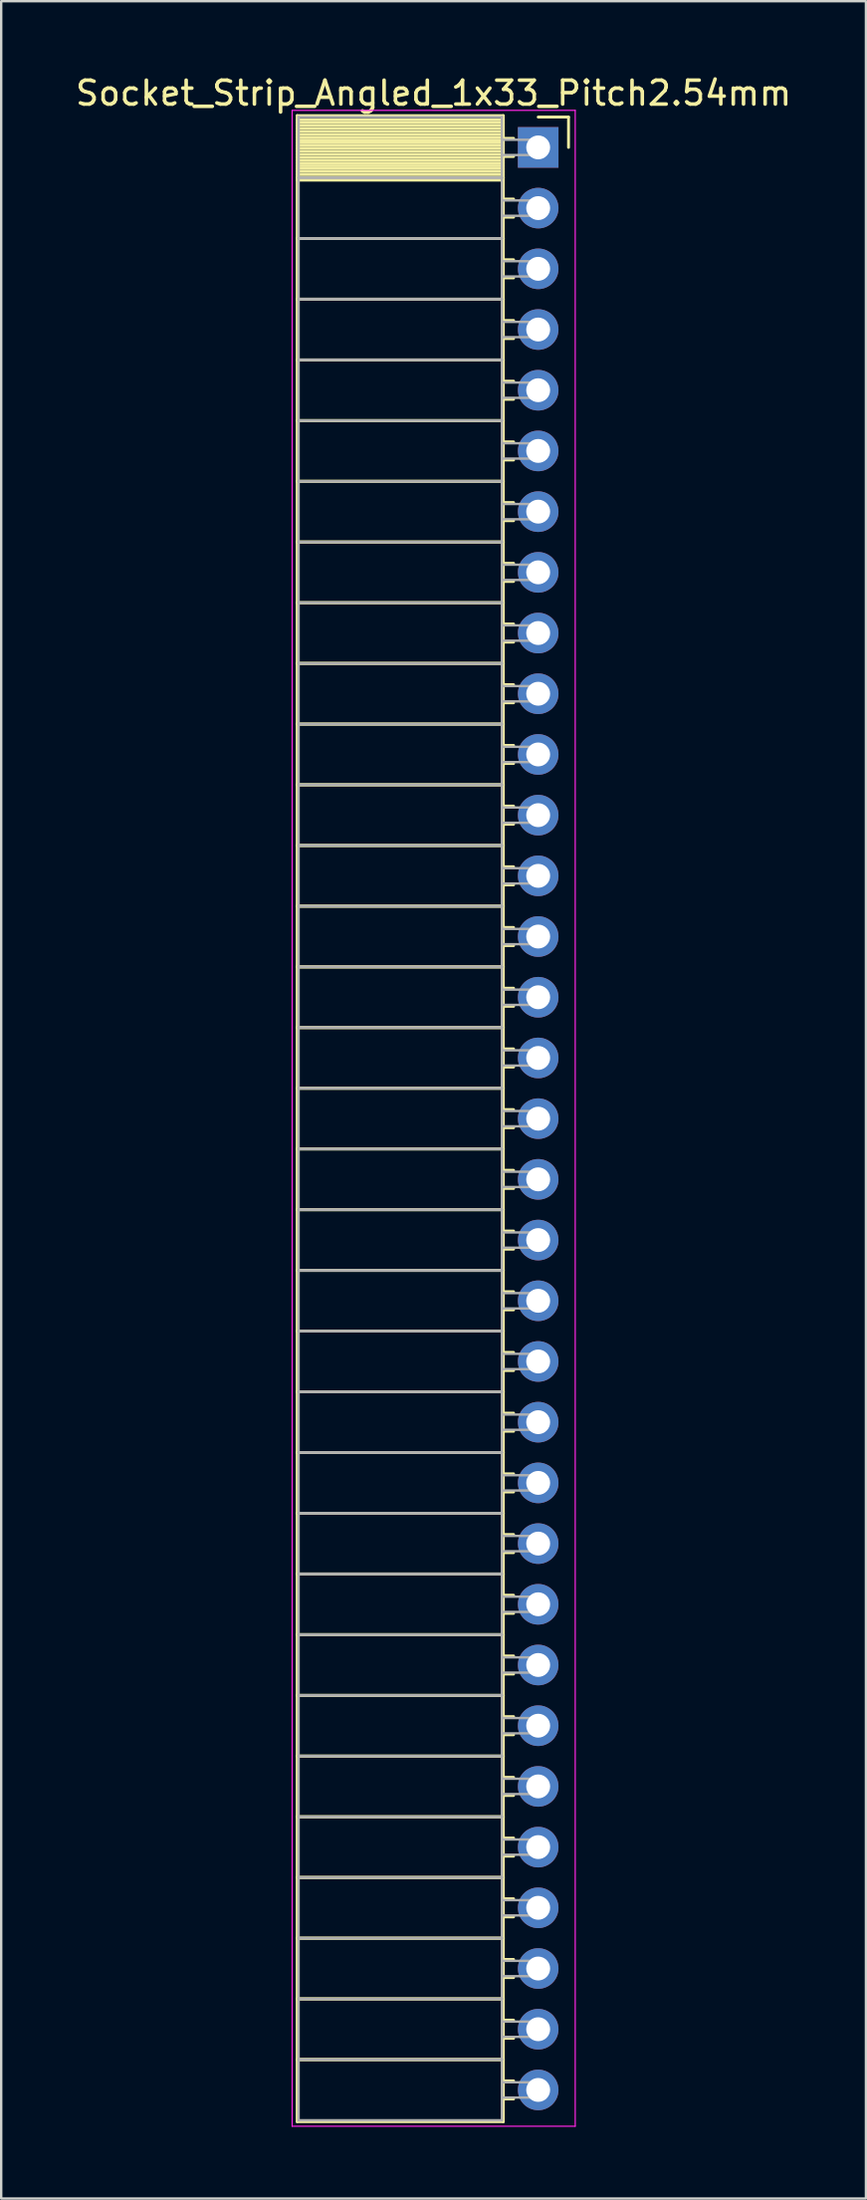
<source format=kicad_pcb>
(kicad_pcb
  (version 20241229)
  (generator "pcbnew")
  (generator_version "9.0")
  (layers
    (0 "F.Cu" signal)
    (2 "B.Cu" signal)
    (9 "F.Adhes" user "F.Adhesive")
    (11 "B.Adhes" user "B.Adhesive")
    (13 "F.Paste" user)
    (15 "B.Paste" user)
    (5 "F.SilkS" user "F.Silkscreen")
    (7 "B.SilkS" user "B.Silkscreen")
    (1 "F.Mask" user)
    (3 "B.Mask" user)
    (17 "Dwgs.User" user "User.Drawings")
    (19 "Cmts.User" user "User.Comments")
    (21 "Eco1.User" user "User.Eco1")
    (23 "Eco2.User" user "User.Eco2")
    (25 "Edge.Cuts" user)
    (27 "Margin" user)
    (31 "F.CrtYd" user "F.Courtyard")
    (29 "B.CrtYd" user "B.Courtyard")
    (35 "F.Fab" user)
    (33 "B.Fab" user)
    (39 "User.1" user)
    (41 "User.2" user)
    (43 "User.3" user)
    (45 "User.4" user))
  (footprint "Socket_Strip_Angled_1x33_Pitch2.54mm"
    (layer "F.Cu")
    (at 19.481 3.118)
    (property "Reference" "Socket_Strip_Angled_1x33_Pitch2.54mm" (at -4.38 -2.27 0) (layer "F.SilkS") (effects (font (size 1 1) (thickness 0.15))))
    (attr through_hole)
    (fp_line (start -10.09 -1.33) (end -1.46 -1.33) (stroke (width 0.12) (type solid)) (layer "F.SilkS"))
    (fp_line (start -10.09 1.27) (end -10.09 -1.33) (stroke (width 0.12) (type solid)) (layer "F.SilkS"))
    (fp_line (start -10.09 1.27) (end -1.46 1.27) (stroke (width 0.12) (type solid)) (layer "F.SilkS"))
    (fp_line (start -10.09 3.81) (end -10.09 1.27) (stroke (width 0.12) (type solid)) (layer "F.SilkS"))
    (fp_line (start -10.09 3.81) (end -1.46 3.81) (stroke (width 0.12) (type solid)) (layer "F.SilkS"))
    (fp_line (start -10.09 6.35) (end -10.09 3.81) (stroke (width 0.12) (type solid)) (layer "F.SilkS"))
    (fp_line (start -10.09 6.35) (end -1.46 6.35) (stroke (width 0.12) (type solid)) (layer "F.SilkS"))
    (fp_line (start -10.09 8.89) (end -10.09 6.35) (stroke (width 0.12) (type solid)) (layer "F.SilkS"))
    (fp_line (start -10.09 8.89) (end -1.46 8.89) (stroke (width 0.12) (type solid)) (layer "F.SilkS"))
    (fp_line (start -10.09 11.43) (end -10.09 8.89) (stroke (width 0.12) (type solid)) (layer "F.SilkS"))
    (fp_line (start -10.09 11.43) (end -1.46 11.43) (stroke (width 0.12) (type solid)) (layer "F.SilkS"))
    (fp_line (start -10.09 13.97) (end -10.09 11.43) (stroke (width 0.12) (type solid)) (layer "F.SilkS"))
    (fp_line (start -10.09 13.97) (end -1.46 13.97) (stroke (width 0.12) (type solid)) (layer "F.SilkS"))
    (fp_line (start -10.09 16.51) (end -10.09 13.97) (stroke (width 0.12) (type solid)) (layer "F.SilkS"))
    (fp_line (start -10.09 16.51) (end -1.46 16.51) (stroke (width 0.12) (type solid)) (layer "F.SilkS"))
    (fp_line (start -10.09 19.05) (end -10.09 16.51) (stroke (width 0.12) (type solid)) (layer "F.SilkS"))
    (fp_line (start -10.09 19.05) (end -1.46 19.05) (stroke (width 0.12) (type solid)) (layer "F.SilkS"))
    (fp_line (start -10.09 21.59) (end -10.09 19.05) (stroke (width 0.12) (type solid)) (layer "F.SilkS"))
    (fp_line (start -10.09 21.59) (end -1.46 21.59) (stroke (width 0.12) (type solid)) (layer "F.SilkS"))
    (fp_line (start -10.09 24.13) (end -10.09 21.59) (stroke (width 0.12) (type solid)) (layer "F.SilkS"))
    (fp_line (start -10.09 24.13) (end -1.46 24.13) (stroke (width 0.12) (type solid)) (layer "F.SilkS"))
    (fp_line (start -10.09 26.67) (end -10.09 24.13) (stroke (width 0.12) (type solid)) (layer "F.SilkS"))
    (fp_line (start -10.09 26.67) (end -1.46 26.67) (stroke (width 0.12) (type solid)) (layer "F.SilkS"))
    (fp_line (start -10.09 29.21) (end -10.09 26.67) (stroke (width 0.12) (type solid)) (layer "F.SilkS"))
    (fp_line (start -10.09 29.21) (end -1.46 29.21) (stroke (width 0.12) (type solid)) (layer "F.SilkS"))
    (fp_line (start -10.09 31.75) (end -10.09 29.21) (stroke (width 0.12) (type solid)) (layer "F.SilkS"))
    (fp_line (start -10.09 31.75) (end -1.46 31.75) (stroke (width 0.12) (type solid)) (layer "F.SilkS"))
    (fp_line (start -10.09 34.29) (end -10.09 31.75) (stroke (width 0.12) (type solid)) (layer "F.SilkS"))
    (fp_line (start -10.09 34.29) (end -1.46 34.29) (stroke (width 0.12) (type solid)) (layer "F.SilkS"))
    (fp_line (start -10.09 36.83) (end -10.09 34.29) (stroke (width 0.12) (type solid)) (layer "F.SilkS"))
    (fp_line (start -10.09 36.83) (end -1.46 36.83) (stroke (width 0.12) (type solid)) (layer "F.SilkS"))
    (fp_line (start -10.09 39.37) (end -10.09 36.83) (stroke (width 0.12) (type solid)) (layer "F.SilkS"))
    (fp_line (start -10.09 39.37) (end -1.46 39.37) (stroke (width 0.12) (type solid)) (layer "F.SilkS"))
    (fp_line (start -10.09 41.91) (end -10.09 39.37) (stroke (width 0.12) (type solid)) (layer "F.SilkS"))
    (fp_line (start -10.09 41.91) (end -1.46 41.91) (stroke (width 0.12) (type solid)) (layer "F.SilkS"))
    (fp_line (start -10.09 44.45) (end -10.09 41.91) (stroke (width 0.12) (type solid)) (layer "F.SilkS"))
    (fp_line (start -10.09 44.45) (end -1.46 44.45) (stroke (width 0.12) (type solid)) (layer "F.SilkS"))
    (fp_line (start -10.09 46.99) (end -10.09 44.45) (stroke (width 0.12) (type solid)) (layer "F.SilkS"))
    (fp_line (start -10.09 46.99) (end -1.46 46.99) (stroke (width 0.12) (type solid)) (layer "F.SilkS"))
    (fp_line (start -10.09 49.53) (end -10.09 46.99) (stroke (width 0.12) (type solid)) (layer "F.SilkS"))
    (fp_line (start -10.09 49.53) (end -1.46 49.53) (stroke (width 0.12) (type solid)) (layer "F.SilkS"))
    (fp_line (start -10.09 52.07) (end -10.09 49.53) (stroke (width 0.12) (type solid)) (layer "F.SilkS"))
    (fp_line (start -10.09 52.07) (end -1.46 52.07) (stroke (width 0.12) (type solid)) (layer "F.SilkS"))
    (fp_line (start -10.09 54.61) (end -10.09 52.07) (stroke (width 0.12) (type solid)) (layer "F.SilkS"))
    (fp_line (start -10.09 54.61) (end -1.46 54.61) (stroke (width 0.12) (type solid)) (layer "F.SilkS"))
    (fp_line (start -10.09 57.15) (end -10.09 54.61) (stroke (width 0.12) (type solid)) (layer "F.SilkS"))
    (fp_line (start -10.09 57.15) (end -1.46 57.15) (stroke (width 0.12) (type solid)) (layer "F.SilkS"))
    (fp_line (start -10.09 59.69) (end -10.09 57.15) (stroke (width 0.12) (type solid)) (layer "F.SilkS"))
    (fp_line (start -10.09 59.69) (end -1.46 59.69) (stroke (width 0.12) (type solid)) (layer "F.SilkS"))
    (fp_line (start -10.09 62.23) (end -10.09 59.69) (stroke (width 0.12) (type solid)) (layer "F.SilkS"))
    (fp_line (start -10.09 62.23) (end -1.46 62.23) (stroke (width 0.12) (type solid)) (layer "F.SilkS"))
    (fp_line (start -10.09 64.77) (end -10.09 62.23) (stroke (width 0.12) (type solid)) (layer "F.SilkS"))
    (fp_line (start -10.09 64.77) (end -1.46 64.77) (stroke (width 0.12) (type solid)) (layer "F.SilkS"))
    (fp_line (start -10.09 67.31) (end -10.09 64.77) (stroke (width 0.12) (type solid)) (layer "F.SilkS"))
    (fp_line (start -10.09 67.31) (end -1.46 67.31) (stroke (width 0.12) (type solid)) (layer "F.SilkS"))
    (fp_line (start -10.09 69.85) (end -10.09 67.31) (stroke (width 0.12) (type solid)) (layer "F.SilkS"))
    (fp_line (start -10.09 69.85) (end -1.46 69.85) (stroke (width 0.12) (type solid)) (layer "F.SilkS"))
    (fp_line (start -10.09 72.39) (end -10.09 69.85) (stroke (width 0.12) (type solid)) (layer "F.SilkS"))
    (fp_line (start -10.09 72.39) (end -1.46 72.39) (stroke (width 0.12) (type solid)) (layer "F.SilkS"))
    (fp_line (start -10.09 74.93) (end -10.09 72.39) (stroke (width 0.12) (type solid)) (layer "F.SilkS"))
    (fp_line (start -10.09 74.93) (end -1.46 74.93) (stroke (width 0.12) (type solid)) (layer "F.SilkS"))
    (fp_line (start -10.09 77.47) (end -10.09 74.93) (stroke (width 0.12) (type solid)) (layer "F.SilkS"))
    (fp_line (start -10.09 77.47) (end -1.46 77.47) (stroke (width 0.12) (type solid)) (layer "F.SilkS"))
    (fp_line (start -10.09 80.01) (end -10.09 77.47) (stroke (width 0.12) (type solid)) (layer "F.SilkS"))
    (fp_line (start -10.09 80.01) (end -1.46 80.01) (stroke (width 0.12) (type solid)) (layer "F.SilkS"))
    (fp_line (start -10.09 82.61) (end -10.09 80.01) (stroke (width 0.12) (type solid)) (layer "F.SilkS"))
    (fp_line (start -1.46 -1.33) (end -1.46 1.27) (stroke (width 0.12) (type solid)) (layer "F.SilkS"))
    (fp_line (start -1.46 -1.15) (end -10.09 -1.15) (stroke (width 0.12) (type solid)) (layer "F.SilkS"))
    (fp_line (start -1.46 -1.03) (end -10.09 -1.03) (stroke (width 0.12) (type solid)) (layer "F.SilkS"))
    (fp_line (start -1.46 -0.91) (end -10.09 -0.91) (stroke (width 0.12) (type solid)) (layer "F.SilkS"))
    (fp_line (start -1.46 -0.79) (end -10.09 -0.79) (stroke (width 0.12) (type solid)) (layer "F.SilkS"))
    (fp_line (start -1.46 -0.67) (end -10.09 -0.67) (stroke (width 0.12) (type solid)) (layer "F.SilkS"))
    (fp_line (start -1.46 -0.55) (end -10.09 -0.55) (stroke (width 0.12) (type solid)) (layer "F.SilkS"))
    (fp_line (start -1.46 -0.43) (end -10.09 -0.43) (stroke (width 0.12) (type solid)) (layer "F.SilkS"))
    (fp_line (start -1.46 -0.31) (end -10.09 -0.31) (stroke (width 0.12) (type solid)) (layer "F.SilkS"))
    (fp_line (start -1.46 -0.19) (end -10.09 -0.19) (stroke (width 0.12) (type solid)) (layer "F.SilkS"))
    (fp_line (start -1.46 -0.07) (end -10.09 -0.07) (stroke (width 0.12) (type solid)) (layer "F.SilkS"))
    (fp_line (start -1.46 0.05) (end -10.09 0.05) (stroke (width 0.12) (type solid)) (layer "F.SilkS"))
    (fp_line (start -1.46 0.17) (end -10.09 0.17) (stroke (width 0.12) (type solid)) (layer "F.SilkS"))
    (fp_line (start -1.46 0.29) (end -10.09 0.29) (stroke (width 0.12) (type solid)) (layer "F.SilkS"))
    (fp_line (start -1.46 0.41) (end -10.09 0.41) (stroke (width 0.12) (type solid)) (layer "F.SilkS"))
    (fp_line (start -1.46 0.53) (end -10.09 0.53) (stroke (width 0.12) (type solid)) (layer "F.SilkS"))
    (fp_line (start -1.46 0.65) (end -10.09 0.65) (stroke (width 0.12) (type solid)) (layer "F.SilkS"))
    (fp_line (start -1.46 0.77) (end -10.09 0.77) (stroke (width 0.12) (type solid)) (layer "F.SilkS"))
    (fp_line (start -1.46 0.89) (end -10.09 0.89) (stroke (width 0.12) (type solid)) (layer "F.SilkS"))
    (fp_line (start -1.46 1.01) (end -10.09 1.01) (stroke (width 0.12) (type solid)) (layer "F.SilkS"))
    (fp_line (start -1.46 1.13) (end -10.09 1.13) (stroke (width 0.12) (type solid)) (layer "F.SilkS"))
    (fp_line (start -1.46 1.25) (end -10.09 1.25) (stroke (width 0.12) (type solid)) (layer "F.SilkS"))
    (fp_line (start -1.46 1.27) (end -10.09 1.27) (stroke (width 0.12) (type solid)) (layer "F.SilkS"))
    (fp_line (start -1.46 1.27) (end -1.46 3.81) (stroke (width 0.12) (type solid)) (layer "F.SilkS"))
    (fp_line (start -1.46 1.37) (end -10.09 1.37) (stroke (width 0.12) (type solid)) (layer "F.SilkS"))
    (fp_line (start -1.46 3.81) (end -10.09 3.81) (stroke (width 0.12) (type solid)) (layer "F.SilkS"))
    (fp_line (start -1.46 3.81) (end -1.46 6.35) (stroke (width 0.12) (type solid)) (layer "F.SilkS"))
    (fp_line (start -1.46 6.35) (end -10.09 6.35) (stroke (width 0.12) (type solid)) (layer "F.SilkS"))
    (fp_line (start -1.46 6.35) (end -1.46 8.89) (stroke (width 0.12) (type solid)) (layer "F.SilkS"))
    (fp_line (start -1.46 8.89) (end -10.09 8.89) (stroke (width 0.12) (type solid)) (layer "F.SilkS"))
    (fp_line (start -1.46 8.89) (end -1.46 11.43) (stroke (width 0.12) (type solid)) (layer "F.SilkS"))
    (fp_line (start -1.46 11.43) (end -10.09 11.43) (stroke (width 0.12) (type solid)) (layer "F.SilkS"))
    (fp_line (start -1.46 11.43) (end -1.46 13.97) (stroke (width 0.12) (type solid)) (layer "F.SilkS"))
    (fp_line (start -1.46 13.97) (end -10.09 13.97) (stroke (width 0.12) (type solid)) (layer "F.SilkS"))
    (fp_line (start -1.46 13.97) (end -1.46 16.51) (stroke (width 0.12) (type solid)) (layer "F.SilkS"))
    (fp_line (start -1.46 16.51) (end -10.09 16.51) (stroke (width 0.12) (type solid)) (layer "F.SilkS"))
    (fp_line (start -1.46 16.51) (end -1.46 19.05) (stroke (width 0.12) (type solid)) (layer "F.SilkS"))
    (fp_line (start -1.46 19.05) (end -10.09 19.05) (stroke (width 0.12) (type solid)) (layer "F.SilkS"))
    (fp_line (start -1.46 19.05) (end -1.46 21.59) (stroke (width 0.12) (type solid)) (layer "F.SilkS"))
    (fp_line (start -1.46 21.59) (end -10.09 21.59) (stroke (width 0.12) (type solid)) (layer "F.SilkS"))
    (fp_line (start -1.46 21.59) (end -1.46 24.13) (stroke (width 0.12) (type solid)) (layer "F.SilkS"))
    (fp_line (start -1.46 24.13) (end -10.09 24.13) (stroke (width 0.12) (type solid)) (layer "F.SilkS"))
    (fp_line (start -1.46 24.13) (end -1.46 26.67) (stroke (width 0.12) (type solid)) (layer "F.SilkS"))
    (fp_line (start -1.46 26.67) (end -10.09 26.67) (stroke (width 0.12) (type solid)) (layer "F.SilkS"))
    (fp_line (start -1.46 26.67) (end -1.46 29.21) (stroke (width 0.12) (type solid)) (layer "F.SilkS"))
    (fp_line (start -1.46 29.21) (end -10.09 29.21) (stroke (width 0.12) (type solid)) (layer "F.SilkS"))
    (fp_line (start -1.46 29.21) (end -1.46 31.75) (stroke (width 0.12) (type solid)) (layer "F.SilkS"))
    (fp_line (start -1.46 31.75) (end -10.09 31.75) (stroke (width 0.12) (type solid)) (layer "F.SilkS"))
    (fp_line (start -1.46 31.75) (end -1.46 34.29) (stroke (width 0.12) (type solid)) (layer "F.SilkS"))
    (fp_line (start -1.46 34.29) (end -10.09 34.29) (stroke (width 0.12) (type solid)) (layer "F.SilkS"))
    (fp_line (start -1.46 34.29) (end -1.46 36.83) (stroke (width 0.12) (type solid)) (layer "F.SilkS"))
    (fp_line (start -1.46 36.83) (end -10.09 36.83) (stroke (width 0.12) (type solid)) (layer "F.SilkS"))
    (fp_line (start -1.46 36.83) (end -1.46 39.37) (stroke (width 0.12) (type solid)) (layer "F.SilkS"))
    (fp_line (start -1.46 39.37) (end -10.09 39.37) (stroke (width 0.12) (type solid)) (layer "F.SilkS"))
    (fp_line (start -1.46 39.37) (end -1.46 41.91) (stroke (width 0.12) (type solid)) (layer "F.SilkS"))
    (fp_line (start -1.46 41.91) (end -10.09 41.91) (stroke (width 0.12) (type solid)) (layer "F.SilkS"))
    (fp_line (start -1.46 41.91) (end -1.46 44.45) (stroke (width 0.12) (type solid)) (layer "F.SilkS"))
    (fp_line (start -1.46 44.45) (end -10.09 44.45) (stroke (width 0.12) (type solid)) (layer "F.SilkS"))
    (fp_line (start -1.46 44.45) (end -1.46 46.99) (stroke (width 0.12) (type solid)) (layer "F.SilkS"))
    (fp_line (start -1.46 46.99) (end -10.09 46.99) (stroke (width 0.12) (type solid)) (layer "F.SilkS"))
    (fp_line (start -1.46 46.99) (end -1.46 49.53) (stroke (width 0.12) (type solid)) (layer "F.SilkS"))
    (fp_line (start -1.46 49.53) (end -10.09 49.53) (stroke (width 0.12) (type solid)) (layer "F.SilkS"))
    (fp_line (start -1.46 49.53) (end -1.46 52.07) (stroke (width 0.12) (type solid)) (layer "F.SilkS"))
    (fp_line (start -1.46 52.07) (end -10.09 52.07) (stroke (width 0.12) (type solid)) (layer "F.SilkS"))
    (fp_line (start -1.46 52.07) (end -1.46 54.61) (stroke (width 0.12) (type solid)) (layer "F.SilkS"))
    (fp_line (start -1.46 54.61) (end -10.09 54.61) (stroke (width 0.12) (type solid)) (layer "F.SilkS"))
    (fp_line (start -1.46 54.61) (end -1.46 57.15) (stroke (width 0.12) (type solid)) (layer "F.SilkS"))
    (fp_line (start -1.46 57.15) (end -10.09 57.15) (stroke (width 0.12) (type solid)) (layer "F.SilkS"))
    (fp_line (start -1.46 57.15) (end -1.46 59.69) (stroke (width 0.12) (type solid)) (layer "F.SilkS"))
    (fp_line (start -1.46 59.69) (end -10.09 59.69) (stroke (width 0.12) (type solid)) (layer "F.SilkS"))
    (fp_line (start -1.46 59.69) (end -1.46 62.23) (stroke (width 0.12) (type solid)) (layer "F.SilkS"))
    (fp_line (start -1.46 62.23) (end -10.09 62.23) (stroke (width 0.12) (type solid)) (layer "F.SilkS"))
    (fp_line (start -1.46 62.23) (end -1.46 64.77) (stroke (width 0.12) (type solid)) (layer "F.SilkS"))
    (fp_line (start -1.46 64.77) (end -10.09 64.77) (stroke (width 0.12) (type solid)) (layer "F.SilkS"))
    (fp_line (start -1.46 64.77) (end -1.46 67.31) (stroke (width 0.12) (type solid)) (layer "F.SilkS"))
    (fp_line (start -1.46 67.31) (end -10.09 67.31) (stroke (width 0.12) (type solid)) (layer "F.SilkS"))
    (fp_line (start -1.46 67.31) (end -1.46 69.85) (stroke (width 0.12) (type solid)) (layer "F.SilkS"))
    (fp_line (start -1.46 69.85) (end -10.09 69.85) (stroke (width 0.12) (type solid)) (layer "F.SilkS"))
    (fp_line (start -1.46 69.85) (end -1.46 72.39) (stroke (width 0.12) (type solid)) (layer "F.SilkS"))
    (fp_line (start -1.46 72.39) (end -10.09 72.39) (stroke (width 0.12) (type solid)) (layer "F.SilkS"))
    (fp_line (start -1.46 72.39) (end -1.46 74.93) (stroke (width 0.12) (type solid)) (layer "F.SilkS"))
    (fp_line (start -1.46 74.93) (end -10.09 74.93) (stroke (width 0.12) (type solid)) (layer "F.SilkS"))
    (fp_line (start -1.46 74.93) (end -1.46 77.47) (stroke (width 0.12) (type solid)) (layer "F.SilkS"))
    (fp_line (start -1.46 77.47) (end -10.09 77.47) (stroke (width 0.12) (type solid)) (layer "F.SilkS"))
    (fp_line (start -1.46 77.47) (end -1.46 80.01) (stroke (width 0.12) (type solid)) (layer "F.SilkS"))
    (fp_line (start -1.46 80.01) (end -10.09 80.01) (stroke (width 0.12) (type solid)) (layer "F.SilkS"))
    (fp_line (start -1.46 80.01) (end -1.46 82.61) (stroke (width 0.12) (type solid)) (layer "F.SilkS"))
    (fp_line (start -1.46 82.61) (end -10.09 82.61) (stroke (width 0.12) (type solid)) (layer "F.SilkS"))
    (fp_line (start -1.03 -0.38) (end -1.46 -0.38) (stroke (width 0.12) (type solid)) (layer "F.SilkS"))
    (fp_line (start -1.03 0.38) (end -1.46 0.38) (stroke (width 0.12) (type solid)) (layer "F.SilkS"))
    (fp_line (start -1.03 2.16) (end -1.46 2.16) (stroke (width 0.12) (type solid)) (layer "F.SilkS"))
    (fp_line (start -1.03 2.92) (end -1.46 2.92) (stroke (width 0.12) (type solid)) (layer "F.SilkS"))
    (fp_line (start -1.03 4.7) (end -1.46 4.7) (stroke (width 0.12) (type solid)) (layer "F.SilkS"))
    (fp_line (start -1.03 5.46) (end -1.46 5.46) (stroke (width 0.12) (type solid)) (layer "F.SilkS"))
    (fp_line (start -1.03 7.24) (end -1.46 7.24) (stroke (width 0.12) (type solid)) (layer "F.SilkS"))
    (fp_line (start -1.03 8) (end -1.46 8) (stroke (width 0.12) (type solid)) (layer "F.SilkS"))
    (fp_line (start -1.03 9.78) (end -1.46 9.78) (stroke (width 0.12) (type solid)) (layer "F.SilkS"))
    (fp_line (start -1.03 10.54) (end -1.46 10.54) (stroke (width 0.12) (type solid)) (layer "F.SilkS"))
    (fp_line (start -1.03 12.32) (end -1.46 12.32) (stroke (width 0.12) (type solid)) (layer "F.SilkS"))
    (fp_line (start -1.03 13.08) (end -1.46 13.08) (stroke (width 0.12) (type solid)) (layer "F.SilkS"))
    (fp_line (start -1.03 14.86) (end -1.46 14.86) (stroke (width 0.12) (type solid)) (layer "F.SilkS"))
    (fp_line (start -1.03 15.62) (end -1.46 15.62) (stroke (width 0.12) (type solid)) (layer "F.SilkS"))
    (fp_line (start -1.03 17.4) (end -1.46 17.4) (stroke (width 0.12) (type solid)) (layer "F.SilkS"))
    (fp_line (start -1.03 18.16) (end -1.46 18.16) (stroke (width 0.12) (type solid)) (layer "F.SilkS"))
    (fp_line (start -1.03 19.94) (end -1.46 19.94) (stroke (width 0.12) (type solid)) (layer "F.SilkS"))
    (fp_line (start -1.03 20.7) (end -1.46 20.7) (stroke (width 0.12) (type solid)) (layer "F.SilkS"))
    (fp_line (start -1.03 22.48) (end -1.46 22.48) (stroke (width 0.12) (type solid)) (layer "F.SilkS"))
    (fp_line (start -1.03 23.24) (end -1.46 23.24) (stroke (width 0.12) (type solid)) (layer "F.SilkS"))
    (fp_line (start -1.03 25.02) (end -1.46 25.02) (stroke (width 0.12) (type solid)) (layer "F.SilkS"))
    (fp_line (start -1.03 25.78) (end -1.46 25.78) (stroke (width 0.12) (type solid)) (layer "F.SilkS"))
    (fp_line (start -1.03 27.56) (end -1.46 27.56) (stroke (width 0.12) (type solid)) (layer "F.SilkS"))
    (fp_line (start -1.03 28.32) (end -1.46 28.32) (stroke (width 0.12) (type solid)) (layer "F.SilkS"))
    (fp_line (start -1.03 30.1) (end -1.46 30.1) (stroke (width 0.12) (type solid)) (layer "F.SilkS"))
    (fp_line (start -1.03 30.86) (end -1.46 30.86) (stroke (width 0.12) (type solid)) (layer "F.SilkS"))
    (fp_line (start -1.03 32.64) (end -1.46 32.64) (stroke (width 0.12) (type solid)) (layer "F.SilkS"))
    (fp_line (start -1.03 33.4) (end -1.46 33.4) (stroke (width 0.12) (type solid)) (layer "F.SilkS"))
    (fp_line (start -1.03 35.18) (end -1.46 35.18) (stroke (width 0.12) (type solid)) (layer "F.SilkS"))
    (fp_line (start -1.03 35.94) (end -1.46 35.94) (stroke (width 0.12) (type solid)) (layer "F.SilkS"))
    (fp_line (start -1.03 37.72) (end -1.46 37.72) (stroke (width 0.12) (type solid)) (layer "F.SilkS"))
    (fp_line (start -1.03 38.48) (end -1.46 38.48) (stroke (width 0.12) (type solid)) (layer "F.SilkS"))
    (fp_line (start -1.03 40.26) (end -1.46 40.26) (stroke (width 0.12) (type solid)) (layer "F.SilkS"))
    (fp_line (start -1.03 41.02) (end -1.46 41.02) (stroke (width 0.12) (type solid)) (layer "F.SilkS"))
    (fp_line (start -1.03 42.8) (end -1.46 42.8) (stroke (width 0.12) (type solid)) (layer "F.SilkS"))
    (fp_line (start -1.03 43.56) (end -1.46 43.56) (stroke (width 0.12) (type solid)) (layer "F.SilkS"))
    (fp_line (start -1.03 45.34) (end -1.46 45.34) (stroke (width 0.12) (type solid)) (layer "F.SilkS"))
    (fp_line (start -1.03 46.1) (end -1.46 46.1) (stroke (width 0.12) (type solid)) (layer "F.SilkS"))
    (fp_line (start -1.03 47.88) (end -1.46 47.88) (stroke (width 0.12) (type solid)) (layer "F.SilkS"))
    (fp_line (start -1.03 48.64) (end -1.46 48.64) (stroke (width 0.12) (type solid)) (layer "F.SilkS"))
    (fp_line (start -1.03 50.42) (end -1.46 50.42) (stroke (width 0.12) (type solid)) (layer "F.SilkS"))
    (fp_line (start -1.03 51.18) (end -1.46 51.18) (stroke (width 0.12) (type solid)) (layer "F.SilkS"))
    (fp_line (start -1.03 52.96) (end -1.46 52.96) (stroke (width 0.12) (type solid)) (layer "F.SilkS"))
    (fp_line (start -1.03 53.72) (end -1.46 53.72) (stroke (width 0.12) (type solid)) (layer "F.SilkS"))
    (fp_line (start -1.03 55.5) (end -1.46 55.5) (stroke (width 0.12) (type solid)) (layer "F.SilkS"))
    (fp_line (start -1.03 56.26) (end -1.46 56.26) (stroke (width 0.12) (type solid)) (layer "F.SilkS"))
    (fp_line (start -1.03 58.04) (end -1.46 58.04) (stroke (width 0.12) (type solid)) (layer "F.SilkS"))
    (fp_line (start -1.03 58.8) (end -1.46 58.8) (stroke (width 0.12) (type solid)) (layer "F.SilkS"))
    (fp_line (start -1.03 60.58) (end -1.46 60.58) (stroke (width 0.12) (type solid)) (layer "F.SilkS"))
    (fp_line (start -1.03 61.34) (end -1.46 61.34) (stroke (width 0.12) (type solid)) (layer "F.SilkS"))
    (fp_line (start -1.03 63.12) (end -1.46 63.12) (stroke (width 0.12) (type solid)) (layer "F.SilkS"))
    (fp_line (start -1.03 63.88) (end -1.46 63.88) (stroke (width 0.12) (type solid)) (layer "F.SilkS"))
    (fp_line (start -1.03 65.66) (end -1.46 65.66) (stroke (width 0.12) (type solid)) (layer "F.SilkS"))
    (fp_line (start -1.03 66.42) (end -1.46 66.42) (stroke (width 0.12) (type solid)) (layer "F.SilkS"))
    (fp_line (start -1.03 68.2) (end -1.46 68.2) (stroke (width 0.12) (type solid)) (layer "F.SilkS"))
    (fp_line (start -1.03 68.96) (end -1.46 68.96) (stroke (width 0.12) (type solid)) (layer "F.SilkS"))
    (fp_line (start -1.03 70.74) (end -1.46 70.74) (stroke (width 0.12) (type solid)) (layer "F.SilkS"))
    (fp_line (start -1.03 71.5) (end -1.46 71.5) (stroke (width 0.12) (type solid)) (layer "F.SilkS"))
    (fp_line (start -1.03 73.28) (end -1.46 73.28) (stroke (width 0.12) (type solid)) (layer "F.SilkS"))
    (fp_line (start -1.03 74.04) (end -1.46 74.04) (stroke (width 0.12) (type solid)) (layer "F.SilkS"))
    (fp_line (start -1.03 75.82) (end -1.46 75.82) (stroke (width 0.12) (type solid)) (layer "F.SilkS"))
    (fp_line (start -1.03 76.58) (end -1.46 76.58) (stroke (width 0.12) (type solid)) (layer "F.SilkS"))
    (fp_line (start -1.03 78.36) (end -1.46 78.36) (stroke (width 0.12) (type solid)) (layer "F.SilkS"))
    (fp_line (start -1.03 79.12) (end -1.46 79.12) (stroke (width 0.12) (type solid)) (layer "F.SilkS"))
    (fp_line (start -1.03 80.9) (end -1.46 80.9) (stroke (width 0.12) (type solid)) (layer "F.SilkS"))
    (fp_line (start -1.03 81.66) (end -1.46 81.66) (stroke (width 0.12) (type solid)) (layer "F.SilkS"))
    (fp_line (start 0 -1.27) (end 1.27 -1.27) (stroke (width 0.12) (type solid)) (layer "F.SilkS"))
    (fp_line (start 1.27 -1.27) (end 1.27 0) (stroke (width 0.12) (type solid)) (layer "F.SilkS"))
    (fp_line (start -10.3 -1.55) (end 1.55 -1.55) (stroke (width 0.05) (type solid)) (layer "F.CrtYd"))
    (fp_line (start -10.3 82.8) (end -10.3 -1.55) (stroke (width 0.05) (type solid)) (layer "F.CrtYd"))
    (fp_line (start 1.55 -1.55) (end 1.55 82.8) (stroke (width 0.05) (type solid)) (layer "F.CrtYd"))
    (fp_line (start 1.55 82.8) (end -10.3 82.8) (stroke (width 0.05) (type solid)) (layer "F.CrtYd"))
    (fp_line (start -10.03 -1.27) (end -1.52 -1.27) (stroke (width 0.1) (type solid)) (layer "F.Fab"))
    (fp_line (start -10.03 1.27) (end -10.03 -1.27) (stroke (width 0.1) (type solid)) (layer "F.Fab"))
    (fp_line (start -10.03 1.27) (end -1.52 1.27) (stroke (width 0.1) (type solid)) (layer "F.Fab"))
    (fp_line (start -10.03 3.81) (end -10.03 1.27) (stroke (width 0.1) (type solid)) (layer "F.Fab"))
    (fp_line (start -10.03 3.81) (end -1.52 3.81) (stroke (width 0.1) (type solid)) (layer "F.Fab"))
    (fp_line (start -10.03 6.35) (end -10.03 3.81) (stroke (width 0.1) (type solid)) (layer "F.Fab"))
    (fp_line (start -10.03 6.35) (end -1.52 6.35) (stroke (width 0.1) (type solid)) (layer "F.Fab"))
    (fp_line (start -10.03 8.89) (end -10.03 6.35) (stroke (width 0.1) (type solid)) (layer "F.Fab"))
    (fp_line (start -10.03 8.89) (end -1.52 8.89) (stroke (width 0.1) (type solid)) (layer "F.Fab"))
    (fp_line (start -10.03 11.43) (end -10.03 8.89) (stroke (width 0.1) (type solid)) (layer "F.Fab"))
    (fp_line (start -10.03 11.43) (end -1.52 11.43) (stroke (width 0.1) (type solid)) (layer "F.Fab"))
    (fp_line (start -10.03 13.97) (end -10.03 11.43) (stroke (width 0.1) (type solid)) (layer "F.Fab"))
    (fp_line (start -10.03 13.97) (end -1.52 13.97) (stroke (width 0.1) (type solid)) (layer "F.Fab"))
    (fp_line (start -10.03 16.51) (end -10.03 13.97) (stroke (width 0.1) (type solid)) (layer "F.Fab"))
    (fp_line (start -10.03 16.51) (end -1.52 16.51) (stroke (width 0.1) (type solid)) (layer "F.Fab"))
    (fp_line (start -10.03 19.05) (end -10.03 16.51) (stroke (width 0.1) (type solid)) (layer "F.Fab"))
    (fp_line (start -10.03 19.05) (end -1.52 19.05) (stroke (width 0.1) (type solid)) (layer "F.Fab"))
    (fp_line (start -10.03 21.59) (end -10.03 19.05) (stroke (width 0.1) (type solid)) (layer "F.Fab"))
    (fp_line (start -10.03 21.59) (end -1.52 21.59) (stroke (width 0.1) (type solid)) (layer "F.Fab"))
    (fp_line (start -10.03 24.13) (end -10.03 21.59) (stroke (width 0.1) (type solid)) (layer "F.Fab"))
    (fp_line (start -10.03 24.13) (end -1.52 24.13) (stroke (width 0.1) (type solid)) (layer "F.Fab"))
    (fp_line (start -10.03 26.67) (end -10.03 24.13) (stroke (width 0.1) (type solid)) (layer "F.Fab"))
    (fp_line (start -10.03 26.67) (end -1.52 26.67) (stroke (width 0.1) (type solid)) (layer "F.Fab"))
    (fp_line (start -10.03 29.21) (end -10.03 26.67) (stroke (width 0.1) (type solid)) (layer "F.Fab"))
    (fp_line (start -10.03 29.21) (end -1.52 29.21) (stroke (width 0.1) (type solid)) (layer "F.Fab"))
    (fp_line (start -10.03 31.75) (end -10.03 29.21) (stroke (width 0.1) (type solid)) (layer "F.Fab"))
    (fp_line (start -10.03 31.75) (end -1.52 31.75) (stroke (width 0.1) (type solid)) (layer "F.Fab"))
    (fp_line (start -10.03 34.29) (end -10.03 31.75) (stroke (width 0.1) (type solid)) (layer "F.Fab"))
    (fp_line (start -10.03 34.29) (end -1.52 34.29) (stroke (width 0.1) (type solid)) (layer "F.Fab"))
    (fp_line (start -10.03 36.83) (end -10.03 34.29) (stroke (width 0.1) (type solid)) (layer "F.Fab"))
    (fp_line (start -10.03 36.83) (end -1.52 36.83) (stroke (width 0.1) (type solid)) (layer "F.Fab"))
    (fp_line (start -10.03 39.37) (end -10.03 36.83) (stroke (width 0.1) (type solid)) (layer "F.Fab"))
    (fp_line (start -10.03 39.37) (end -1.52 39.37) (stroke (width 0.1) (type solid)) (layer "F.Fab"))
    (fp_line (start -10.03 41.91) (end -10.03 39.37) (stroke (width 0.1) (type solid)) (layer "F.Fab"))
    (fp_line (start -10.03 41.91) (end -1.52 41.91) (stroke (width 0.1) (type solid)) (layer "F.Fab"))
    (fp_line (start -10.03 44.45) (end -10.03 41.91) (stroke (width 0.1) (type solid)) (layer "F.Fab"))
    (fp_line (start -10.03 44.45) (end -1.52 44.45) (stroke (width 0.1) (type solid)) (layer "F.Fab"))
    (fp_line (start -10.03 46.99) (end -10.03 44.45) (stroke (width 0.1) (type solid)) (layer "F.Fab"))
    (fp_line (start -10.03 46.99) (end -1.52 46.99) (stroke (width 0.1) (type solid)) (layer "F.Fab"))
    (fp_line (start -10.03 49.53) (end -10.03 46.99) (stroke (width 0.1) (type solid)) (layer "F.Fab"))
    (fp_line (start -10.03 49.53) (end -1.52 49.53) (stroke (width 0.1) (type solid)) (layer "F.Fab"))
    (fp_line (start -10.03 52.07) (end -10.03 49.53) (stroke (width 0.1) (type solid)) (layer "F.Fab"))
    (fp_line (start -10.03 52.07) (end -1.52 52.07) (stroke (width 0.1) (type solid)) (layer "F.Fab"))
    (fp_line (start -10.03 54.61) (end -10.03 52.07) (stroke (width 0.1) (type solid)) (layer "F.Fab"))
    (fp_line (start -10.03 54.61) (end -1.52 54.61) (stroke (width 0.1) (type solid)) (layer "F.Fab"))
    (fp_line (start -10.03 57.15) (end -10.03 54.61) (stroke (width 0.1) (type solid)) (layer "F.Fab"))
    (fp_line (start -10.03 57.15) (end -1.52 57.15) (stroke (width 0.1) (type solid)) (layer "F.Fab"))
    (fp_line (start -10.03 59.69) (end -10.03 57.15) (stroke (width 0.1) (type solid)) (layer "F.Fab"))
    (fp_line (start -10.03 59.69) (end -1.52 59.69) (stroke (width 0.1) (type solid)) (layer "F.Fab"))
    (fp_line (start -10.03 62.23) (end -10.03 59.69) (stroke (width 0.1) (type solid)) (layer "F.Fab"))
    (fp_line (start -10.03 62.23) (end -1.52 62.23) (stroke (width 0.1) (type solid)) (layer "F.Fab"))
    (fp_line (start -10.03 64.77) (end -10.03 62.23) (stroke (width 0.1) (type solid)) (layer "F.Fab"))
    (fp_line (start -10.03 64.77) (end -1.52 64.77) (stroke (width 0.1) (type solid)) (layer "F.Fab"))
    (fp_line (start -10.03 67.31) (end -10.03 64.77) (stroke (width 0.1) (type solid)) (layer "F.Fab"))
    (fp_line (start -10.03 67.31) (end -1.52 67.31) (stroke (width 0.1) (type solid)) (layer "F.Fab"))
    (fp_line (start -10.03 69.85) (end -10.03 67.31) (stroke (width 0.1) (type solid)) (layer "F.Fab"))
    (fp_line (start -10.03 69.85) (end -1.52 69.85) (stroke (width 0.1) (type solid)) (layer "F.Fab"))
    (fp_line (start -10.03 72.39) (end -10.03 69.85) (stroke (width 0.1) (type solid)) (layer "F.Fab"))
    (fp_line (start -10.03 72.39) (end -1.52 72.39) (stroke (width 0.1) (type solid)) (layer "F.Fab"))
    (fp_line (start -10.03 74.93) (end -10.03 72.39) (stroke (width 0.1) (type solid)) (layer "F.Fab"))
    (fp_line (start -10.03 74.93) (end -1.52 74.93) (stroke (width 0.1) (type solid)) (layer "F.Fab"))
    (fp_line (start -10.03 77.47) (end -10.03 74.93) (stroke (width 0.1) (type solid)) (layer "F.Fab"))
    (fp_line (start -10.03 77.47) (end -1.52 77.47) (stroke (width 0.1) (type solid)) (layer "F.Fab"))
    (fp_line (start -10.03 80.01) (end -10.03 77.47) (stroke (width 0.1) (type solid)) (layer "F.Fab"))
    (fp_line (start -10.03 80.01) (end -1.52 80.01) (stroke (width 0.1) (type solid)) (layer "F.Fab"))
    (fp_line (start -10.03 82.55) (end -10.03 80.01) (stroke (width 0.1) (type solid)) (layer "F.Fab"))
    (fp_line (start -1.52 -1.27) (end -1.52 1.27) (stroke (width 0.1) (type solid)) (layer "F.Fab"))
    (fp_line (start -1.52 -0.32) (end 0 -0.32) (stroke (width 0.1) (type solid)) (layer "F.Fab"))
    (fp_line (start -1.52 0.32) (end -1.52 -0.32) (stroke (width 0.1) (type solid)) (layer "F.Fab"))
    (fp_line (start -1.52 1.27) (end -10.03 1.27) (stroke (width 0.1) (type solid)) (layer "F.Fab"))
    (fp_line (start -1.52 1.27) (end -1.52 3.81) (stroke (width 0.1) (type solid)) (layer "F.Fab"))
    (fp_line (start -1.52 2.22) (end 0 2.22) (stroke (width 0.1) (type solid)) (layer "F.Fab"))
    (fp_line (start -1.52 2.86) (end -1.52 2.22) (stroke (width 0.1) (type solid)) (layer "F.Fab"))
    (fp_line (start -1.52 3.81) (end -10.03 3.81) (stroke (width 0.1) (type solid)) (layer "F.Fab"))
    (fp_line (start -1.52 3.81) (end -1.52 6.35) (stroke (width 0.1) (type solid)) (layer "F.Fab"))
    (fp_line (start -1.52 4.76) (end 0 4.76) (stroke (width 0.1) (type solid)) (layer "F.Fab"))
    (fp_line (start -1.52 5.4) (end -1.52 4.76) (stroke (width 0.1) (type solid)) (layer "F.Fab"))
    (fp_line (start -1.52 6.35) (end -10.03 6.35) (stroke (width 0.1) (type solid)) (layer "F.Fab"))
    (fp_line (start -1.52 6.35) (end -1.52 8.89) (stroke (width 0.1) (type solid)) (layer "F.Fab"))
    (fp_line (start -1.52 7.3) (end 0 7.3) (stroke (width 0.1) (type solid)) (layer "F.Fab"))
    (fp_line (start -1.52 7.94) (end -1.52 7.3) (stroke (width 0.1) (type solid)) (layer "F.Fab"))
    (fp_line (start -1.52 8.89) (end -10.03 8.89) (stroke (width 0.1) (type solid)) (layer "F.Fab"))
    (fp_line (start -1.52 8.89) (end -1.52 11.43) (stroke (width 0.1) (type solid)) (layer "F.Fab"))
    (fp_line (start -1.52 9.84) (end 0 9.84) (stroke (width 0.1) (type solid)) (layer "F.Fab"))
    (fp_line (start -1.52 10.48) (end -1.52 9.84) (stroke (width 0.1) (type solid)) (layer "F.Fab"))
    (fp_line (start -1.52 11.43) (end -10.03 11.43) (stroke (width 0.1) (type solid)) (layer "F.Fab"))
    (fp_line (start -1.52 11.43) (end -1.52 13.97) (stroke (width 0.1) (type solid)) (layer "F.Fab"))
    (fp_line (start -1.52 12.38) (end 0 12.38) (stroke (width 0.1) (type solid)) (layer "F.Fab"))
    (fp_line (start -1.52 13.02) (end -1.52 12.38) (stroke (width 0.1) (type solid)) (layer "F.Fab"))
    (fp_line (start -1.52 13.97) (end -10.03 13.97) (stroke (width 0.1) (type solid)) (layer "F.Fab"))
    (fp_line (start -1.52 13.97) (end -1.52 16.51) (stroke (width 0.1) (type solid)) (layer "F.Fab"))
    (fp_line (start -1.52 14.92) (end 0 14.92) (stroke (width 0.1) (type solid)) (layer "F.Fab"))
    (fp_line (start -1.52 15.56) (end -1.52 14.92) (stroke (width 0.1) (type solid)) (layer "F.Fab"))
    (fp_line (start -1.52 16.51) (end -10.03 16.51) (stroke (width 0.1) (type solid)) (layer "F.Fab"))
    (fp_line (start -1.52 16.51) (end -1.52 19.05) (stroke (width 0.1) (type solid)) (layer "F.Fab"))
    (fp_line (start -1.52 17.46) (end 0 17.46) (stroke (width 0.1) (type solid)) (layer "F.Fab"))
    (fp_line (start -1.52 18.1) (end -1.52 17.46) (stroke (width 0.1) (type solid)) (layer "F.Fab"))
    (fp_line (start -1.52 19.05) (end -10.03 19.05) (stroke (width 0.1) (type solid)) (layer "F.Fab"))
    (fp_line (start -1.52 19.05) (end -1.52 21.59) (stroke (width 0.1) (type solid)) (layer "F.Fab"))
    (fp_line (start -1.52 20) (end 0 20) (stroke (width 0.1) (type solid)) (layer "F.Fab"))
    (fp_line (start -1.52 20.64) (end -1.52 20) (stroke (width 0.1) (type solid)) (layer "F.Fab"))
    (fp_line (start -1.52 21.59) (end -10.03 21.59) (stroke (width 0.1) (type solid)) (layer "F.Fab"))
    (fp_line (start -1.52 21.59) (end -1.52 24.13) (stroke (width 0.1) (type solid)) (layer "F.Fab"))
    (fp_line (start -1.52 22.54) (end 0 22.54) (stroke (width 0.1) (type solid)) (layer "F.Fab"))
    (fp_line (start -1.52 23.18) (end -1.52 22.54) (stroke (width 0.1) (type solid)) (layer "F.Fab"))
    (fp_line (start -1.52 24.13) (end -10.03 24.13) (stroke (width 0.1) (type solid)) (layer "F.Fab"))
    (fp_line (start -1.52 24.13) (end -1.52 26.67) (stroke (width 0.1) (type solid)) (layer "F.Fab"))
    (fp_line (start -1.52 25.08) (end 0 25.08) (stroke (width 0.1) (type solid)) (layer "F.Fab"))
    (fp_line (start -1.52 25.72) (end -1.52 25.08) (stroke (width 0.1) (type solid)) (layer "F.Fab"))
    (fp_line (start -1.52 26.67) (end -10.03 26.67) (stroke (width 0.1) (type solid)) (layer "F.Fab"))
    (fp_line (start -1.52 26.67) (end -1.52 29.21) (stroke (width 0.1) (type solid)) (layer "F.Fab"))
    (fp_line (start -1.52 27.62) (end 0 27.62) (stroke (width 0.1) (type solid)) (layer "F.Fab"))
    (fp_line (start -1.52 28.26) (end -1.52 27.62) (stroke (width 0.1) (type solid)) (layer "F.Fab"))
    (fp_line (start -1.52 29.21) (end -10.03 29.21) (stroke (width 0.1) (type solid)) (layer "F.Fab"))
    (fp_line (start -1.52 29.21) (end -1.52 31.75) (stroke (width 0.1) (type solid)) (layer "F.Fab"))
    (fp_line (start -1.52 30.16) (end 0 30.16) (stroke (width 0.1) (type solid)) (layer "F.Fab"))
    (fp_line (start -1.52 30.8) (end -1.52 30.16) (stroke (width 0.1) (type solid)) (layer "F.Fab"))
    (fp_line (start -1.52 31.75) (end -10.03 31.75) (stroke (width 0.1) (type solid)) (layer "F.Fab"))
    (fp_line (start -1.52 31.75) (end -1.52 34.29) (stroke (width 0.1) (type solid)) (layer "F.Fab"))
    (fp_line (start -1.52 32.7) (end 0 32.7) (stroke (width 0.1) (type solid)) (layer "F.Fab"))
    (fp_line (start -1.52 33.34) (end -1.52 32.7) (stroke (width 0.1) (type solid)) (layer "F.Fab"))
    (fp_line (start -1.52 34.29) (end -10.03 34.29) (stroke (width 0.1) (type solid)) (layer "F.Fab"))
    (fp_line (start -1.52 34.29) (end -1.52 36.83) (stroke (width 0.1) (type solid)) (layer "F.Fab"))
    (fp_line (start -1.52 35.24) (end 0 35.24) (stroke (width 0.1) (type solid)) (layer "F.Fab"))
    (fp_line (start -1.52 35.88) (end -1.52 35.24) (stroke (width 0.1) (type solid)) (layer "F.Fab"))
    (fp_line (start -1.52 36.83) (end -10.03 36.83) (stroke (width 0.1) (type solid)) (layer "F.Fab"))
    (fp_line (start -1.52 36.83) (end -1.52 39.37) (stroke (width 0.1) (type solid)) (layer "F.Fab"))
    (fp_line (start -1.52 37.78) (end 0 37.78) (stroke (width 0.1) (type solid)) (layer "F.Fab"))
    (fp_line (start -1.52 38.42) (end -1.52 37.78) (stroke (width 0.1) (type solid)) (layer "F.Fab"))
    (fp_line (start -1.52 39.37) (end -10.03 39.37) (stroke (width 0.1) (type solid)) (layer "F.Fab"))
    (fp_line (start -1.52 39.37) (end -1.52 41.91) (stroke (width 0.1) (type solid)) (layer "F.Fab"))
    (fp_line (start -1.52 40.32) (end 0 40.32) (stroke (width 0.1) (type solid)) (layer "F.Fab"))
    (fp_line (start -1.52 40.96) (end -1.52 40.32) (stroke (width 0.1) (type solid)) (layer "F.Fab"))
    (fp_line (start -1.52 41.91) (end -10.03 41.91) (stroke (width 0.1) (type solid)) (layer "F.Fab"))
    (fp_line (start -1.52 41.91) (end -1.52 44.45) (stroke (width 0.1) (type solid)) (layer "F.Fab"))
    (fp_line (start -1.52 42.86) (end 0 42.86) (stroke (width 0.1) (type solid)) (layer "F.Fab"))
    (fp_line (start -1.52 43.5) (end -1.52 42.86) (stroke (width 0.1) (type solid)) (layer "F.Fab"))
    (fp_line (start -1.52 44.45) (end -10.03 44.45) (stroke (width 0.1) (type solid)) (layer "F.Fab"))
    (fp_line (start -1.52 44.45) (end -1.52 46.99) (stroke (width 0.1) (type solid)) (layer "F.Fab"))
    (fp_line (start -1.52 45.4) (end 0 45.4) (stroke (width 0.1) (type solid)) (layer "F.Fab"))
    (fp_line (start -1.52 46.04) (end -1.52 45.4) (stroke (width 0.1) (type solid)) (layer "F.Fab"))
    (fp_line (start -1.52 46.99) (end -10.03 46.99) (stroke (width 0.1) (type solid)) (layer "F.Fab"))
    (fp_line (start -1.52 46.99) (end -1.52 49.53) (stroke (width 0.1) (type solid)) (layer "F.Fab"))
    (fp_line (start -1.52 47.94) (end 0 47.94) (stroke (width 0.1) (type solid)) (layer "F.Fab"))
    (fp_line (start -1.52 48.58) (end -1.52 47.94) (stroke (width 0.1) (type solid)) (layer "F.Fab"))
    (fp_line (start -1.52 49.53) (end -10.03 49.53) (stroke (width 0.1) (type solid)) (layer "F.Fab"))
    (fp_line (start -1.52 49.53) (end -1.52 52.07) (stroke (width 0.1) (type solid)) (layer "F.Fab"))
    (fp_line (start -1.52 50.48) (end 0 50.48) (stroke (width 0.1) (type solid)) (layer "F.Fab"))
    (fp_line (start -1.52 51.12) (end -1.52 50.48) (stroke (width 0.1) (type solid)) (layer "F.Fab"))
    (fp_line (start -1.52 52.07) (end -10.03 52.07) (stroke (width 0.1) (type solid)) (layer "F.Fab"))
    (fp_line (start -1.52 52.07) (end -1.52 54.61) (stroke (width 0.1) (type solid)) (layer "F.Fab"))
    (fp_line (start -1.52 53.02) (end 0 53.02) (stroke (width 0.1) (type solid)) (layer "F.Fab"))
    (fp_line (start -1.52 53.66) (end -1.52 53.02) (stroke (width 0.1) (type solid)) (layer "F.Fab"))
    (fp_line (start -1.52 54.61) (end -10.03 54.61) (stroke (width 0.1) (type solid)) (layer "F.Fab"))
    (fp_line (start -1.52 54.61) (end -1.52 57.15) (stroke (width 0.1) (type solid)) (layer "F.Fab"))
    (fp_line (start -1.52 55.56) (end 0 55.56) (stroke (width 0.1) (type solid)) (layer "F.Fab"))
    (fp_line (start -1.52 56.2) (end -1.52 55.56) (stroke (width 0.1) (type solid)) (layer "F.Fab"))
    (fp_line (start -1.52 57.15) (end -10.03 57.15) (stroke (width 0.1) (type solid)) (layer "F.Fab"))
    (fp_line (start -1.52 57.15) (end -1.52 59.69) (stroke (width 0.1) (type solid)) (layer "F.Fab"))
    (fp_line (start -1.52 58.1) (end 0 58.1) (stroke (width 0.1) (type solid)) (layer "F.Fab"))
    (fp_line (start -1.52 58.74) (end -1.52 58.1) (stroke (width 0.1) (type solid)) (layer "F.Fab"))
    (fp_line (start -1.52 59.69) (end -10.03 59.69) (stroke (width 0.1) (type solid)) (layer "F.Fab"))
    (fp_line (start -1.52 59.69) (end -1.52 62.23) (stroke (width 0.1) (type solid)) (layer "F.Fab"))
    (fp_line (start -1.52 60.64) (end 0 60.64) (stroke (width 0.1) (type solid)) (layer "F.Fab"))
    (fp_line (start -1.52 61.28) (end -1.52 60.64) (stroke (width 0.1) (type solid)) (layer "F.Fab"))
    (fp_line (start -1.52 62.23) (end -10.03 62.23) (stroke (width 0.1) (type solid)) (layer "F.Fab"))
    (fp_line (start -1.52 62.23) (end -1.52 64.77) (stroke (width 0.1) (type solid)) (layer "F.Fab"))
    (fp_line (start -1.52 63.18) (end 0 63.18) (stroke (width 0.1) (type solid)) (layer "F.Fab"))
    (fp_line (start -1.52 63.82) (end -1.52 63.18) (stroke (width 0.1) (type solid)) (layer "F.Fab"))
    (fp_line (start -1.52 64.77) (end -10.03 64.77) (stroke (width 0.1) (type solid)) (layer "F.Fab"))
    (fp_line (start -1.52 64.77) (end -1.52 67.31) (stroke (width 0.1) (type solid)) (layer "F.Fab"))
    (fp_line (start -1.52 65.72) (end 0 65.72) (stroke (width 0.1) (type solid)) (layer "F.Fab"))
    (fp_line (start -1.52 66.36) (end -1.52 65.72) (stroke (width 0.1) (type solid)) (layer "F.Fab"))
    (fp_line (start -1.52 67.31) (end -10.03 67.31) (stroke (width 0.1) (type solid)) (layer "F.Fab"))
    (fp_line (start -1.52 67.31) (end -1.52 69.85) (stroke (width 0.1) (type solid)) (layer "F.Fab"))
    (fp_line (start -1.52 68.26) (end 0 68.26) (stroke (width 0.1) (type solid)) (layer "F.Fab"))
    (fp_line (start -1.52 68.9) (end -1.52 68.26) (stroke (width 0.1) (type solid)) (layer "F.Fab"))
    (fp_line (start -1.52 69.85) (end -10.03 69.85) (stroke (width 0.1) (type solid)) (layer "F.Fab"))
    (fp_line (start -1.52 69.85) (end -1.52 72.39) (stroke (width 0.1) (type solid)) (layer "F.Fab"))
    (fp_line (start -1.52 70.8) (end 0 70.8) (stroke (width 0.1) (type solid)) (layer "F.Fab"))
    (fp_line (start -1.52 71.44) (end -1.52 70.8) (stroke (width 0.1) (type solid)) (layer "F.Fab"))
    (fp_line (start -1.52 72.39) (end -10.03 72.39) (stroke (width 0.1) (type solid)) (layer "F.Fab"))
    (fp_line (start -1.52 72.39) (end -1.52 74.93) (stroke (width 0.1) (type solid)) (layer "F.Fab"))
    (fp_line (start -1.52 73.34) (end 0 73.34) (stroke (width 0.1) (type solid)) (layer "F.Fab"))
    (fp_line (start -1.52 73.98) (end -1.52 73.34) (stroke (width 0.1) (type solid)) (layer "F.Fab"))
    (fp_line (start -1.52 74.93) (end -10.03 74.93) (stroke (width 0.1) (type solid)) (layer "F.Fab"))
    (fp_line (start -1.52 74.93) (end -1.52 77.47) (stroke (width 0.1) (type solid)) (layer "F.Fab"))
    (fp_line (start -1.52 75.88) (end 0 75.88) (stroke (width 0.1) (type solid)) (layer "F.Fab"))
    (fp_line (start -1.52 76.52) (end -1.52 75.88) (stroke (width 0.1) (type solid)) (layer "F.Fab"))
    (fp_line (start -1.52 77.47) (end -10.03 77.47) (stroke (width 0.1) (type solid)) (layer "F.Fab"))
    (fp_line (start -1.52 77.47) (end -1.52 80.01) (stroke (width 0.1) (type solid)) (layer "F.Fab"))
    (fp_line (start -1.52 78.42) (end 0 78.42) (stroke (width 0.1) (type solid)) (layer "F.Fab"))
    (fp_line (start -1.52 79.06) (end -1.52 78.42) (stroke (width 0.1) (type solid)) (layer "F.Fab"))
    (fp_line (start -1.52 80.01) (end -10.03 80.01) (stroke (width 0.1) (type solid)) (layer "F.Fab"))
    (fp_line (start -1.52 80.01) (end -1.52 82.55) (stroke (width 0.1) (type solid)) (layer "F.Fab"))
    (fp_line (start -1.52 80.96) (end 0 80.96) (stroke (width 0.1) (type solid)) (layer "F.Fab"))
    (fp_line (start -1.52 81.6) (end -1.52 80.96) (stroke (width 0.1) (type solid)) (layer "F.Fab"))
    (fp_line (start -1.52 82.55) (end -10.03 82.55) (stroke (width 0.1) (type solid)) (layer "F.Fab"))
    (fp_line (start 0 -0.32) (end 0 0.32) (stroke (width 0.1) (type solid)) (layer "F.Fab"))
    (fp_line (start 0 0.32) (end -1.52 0.32) (stroke (width 0.1) (type solid)) (layer "F.Fab"))
    (fp_line (start 0 2.22) (end 0 2.86) (stroke (width 0.1) (type solid)) (layer "F.Fab"))
    (fp_line (start 0 2.86) (end -1.52 2.86) (stroke (width 0.1) (type solid)) (layer "F.Fab"))
    (fp_line (start 0 4.76) (end 0 5.4) (stroke (width 0.1) (type solid)) (layer "F.Fab"))
    (fp_line (start 0 5.4) (end -1.52 5.4) (stroke (width 0.1) (type solid)) (layer "F.Fab"))
    (fp_line (start 0 7.3) (end 0 7.94) (stroke (width 0.1) (type solid)) (layer "F.Fab"))
    (fp_line (start 0 7.94) (end -1.52 7.94) (stroke (width 0.1) (type solid)) (layer "F.Fab"))
    (fp_line (start 0 9.84) (end 0 10.48) (stroke (width 0.1) (type solid)) (layer "F.Fab"))
    (fp_line (start 0 10.48) (end -1.52 10.48) (stroke (width 0.1) (type solid)) (layer "F.Fab"))
    (fp_line (start 0 12.38) (end 0 13.02) (stroke (width 0.1) (type solid)) (layer "F.Fab"))
    (fp_line (start 0 13.02) (end -1.52 13.02) (stroke (width 0.1) (type solid)) (layer "F.Fab"))
    (fp_line (start 0 14.92) (end 0 15.56) (stroke (width 0.1) (type solid)) (layer "F.Fab"))
    (fp_line (start 0 15.56) (end -1.52 15.56) (stroke (width 0.1) (type solid)) (layer "F.Fab"))
    (fp_line (start 0 17.46) (end 0 18.1) (stroke (width 0.1) (type solid)) (layer "F.Fab"))
    (fp_line (start 0 18.1) (end -1.52 18.1) (stroke (width 0.1) (type solid)) (layer "F.Fab"))
    (fp_line (start 0 20) (end 0 20.64) (stroke (width 0.1) (type solid)) (layer "F.Fab"))
    (fp_line (start 0 20.64) (end -1.52 20.64) (stroke (width 0.1) (type solid)) (layer "F.Fab"))
    (fp_line (start 0 22.54) (end 0 23.18) (stroke (width 0.1) (type solid)) (layer "F.Fab"))
    (fp_line (start 0 23.18) (end -1.52 23.18) (stroke (width 0.1) (type solid)) (layer "F.Fab"))
    (fp_line (start 0 25.08) (end 0 25.72) (stroke (width 0.1) (type solid)) (layer "F.Fab"))
    (fp_line (start 0 25.72) (end -1.52 25.72) (stroke (width 0.1) (type solid)) (layer "F.Fab"))
    (fp_line (start 0 27.62) (end 0 28.26) (stroke (width 0.1) (type solid)) (layer "F.Fab"))
    (fp_line (start 0 28.26) (end -1.52 28.26) (stroke (width 0.1) (type solid)) (layer "F.Fab"))
    (fp_line (start 0 30.16) (end 0 30.8) (stroke (width 0.1) (type solid)) (layer "F.Fab"))
    (fp_line (start 0 30.8) (end -1.52 30.8) (stroke (width 0.1) (type solid)) (layer "F.Fab"))
    (fp_line (start 0 32.7) (end 0 33.34) (stroke (width 0.1) (type solid)) (layer "F.Fab"))
    (fp_line (start 0 33.34) (end -1.52 33.34) (stroke (width 0.1) (type solid)) (layer "F.Fab"))
    (fp_line (start 0 35.24) (end 0 35.88) (stroke (width 0.1) (type solid)) (layer "F.Fab"))
    (fp_line (start 0 35.88) (end -1.52 35.88) (stroke (width 0.1) (type solid)) (layer "F.Fab"))
    (fp_line (start 0 37.78) (end 0 38.42) (stroke (width 0.1) (type solid)) (layer "F.Fab"))
    (fp_line (start 0 38.42) (end -1.52 38.42) (stroke (width 0.1) (type solid)) (layer "F.Fab"))
    (fp_line (start 0 40.32) (end 0 40.96) (stroke (width 0.1) (type solid)) (layer "F.Fab"))
    (fp_line (start 0 40.96) (end -1.52 40.96) (stroke (width 0.1) (type solid)) (layer "F.Fab"))
    (fp_line (start 0 42.86) (end 0 43.5) (stroke (width 0.1) (type solid)) (layer "F.Fab"))
    (fp_line (start 0 43.5) (end -1.52 43.5) (stroke (width 0.1) (type solid)) (layer "F.Fab"))
    (fp_line (start 0 45.4) (end 0 46.04) (stroke (width 0.1) (type solid)) (layer "F.Fab"))
    (fp_line (start 0 46.04) (end -1.52 46.04) (stroke (width 0.1) (type solid)) (layer "F.Fab"))
    (fp_line (start 0 47.94) (end 0 48.58) (stroke (width 0.1) (type solid)) (layer "F.Fab"))
    (fp_line (start 0 48.58) (end -1.52 48.58) (stroke (width 0.1) (type solid)) (layer "F.Fab"))
    (fp_line (start 0 50.48) (end 0 51.12) (stroke (width 0.1) (type solid)) (layer "F.Fab"))
    (fp_line (start 0 51.12) (end -1.52 51.12) (stroke (width 0.1) (type solid)) (layer "F.Fab"))
    (fp_line (start 0 53.02) (end 0 53.66) (stroke (width 0.1) (type solid)) (layer "F.Fab"))
    (fp_line (start 0 53.66) (end -1.52 53.66) (stroke (width 0.1) (type solid)) (layer "F.Fab"))
    (fp_line (start 0 55.56) (end 0 56.2) (stroke (width 0.1) (type solid)) (layer "F.Fab"))
    (fp_line (start 0 56.2) (end -1.52 56.2) (stroke (width 0.1) (type solid)) (layer "F.Fab"))
    (fp_line (start 0 58.1) (end 0 58.74) (stroke (width 0.1) (type solid)) (layer "F.Fab"))
    (fp_line (start 0 58.74) (end -1.52 58.74) (stroke (width 0.1) (type solid)) (layer "F.Fab"))
    (fp_line (start 0 60.64) (end 0 61.28) (stroke (width 0.1) (type solid)) (layer "F.Fab"))
    (fp_line (start 0 61.28) (end -1.52 61.28) (stroke (width 0.1) (type solid)) (layer "F.Fab"))
    (fp_line (start 0 63.18) (end 0 63.82) (stroke (width 0.1) (type solid)) (layer "F.Fab"))
    (fp_line (start 0 63.82) (end -1.52 63.82) (stroke (width 0.1) (type solid)) (layer "F.Fab"))
    (fp_line (start 0 65.72) (end 0 66.36) (stroke (width 0.1) (type solid)) (layer "F.Fab"))
    (fp_line (start 0 66.36) (end -1.52 66.36) (stroke (width 0.1) (type solid)) (layer "F.Fab"))
    (fp_line (start 0 68.26) (end 0 68.9) (stroke (width 0.1) (type solid)) (layer "F.Fab"))
    (fp_line (start 0 68.9) (end -1.52 68.9) (stroke (width 0.1) (type solid)) (layer "F.Fab"))
    (fp_line (start 0 70.8) (end 0 71.44) (stroke (width 0.1) (type solid)) (layer "F.Fab"))
    (fp_line (start 0 71.44) (end -1.52 71.44) (stroke (width 0.1) (type solid)) (layer "F.Fab"))
    (fp_line (start 0 73.34) (end 0 73.98) (stroke (width 0.1) (type solid)) (layer "F.Fab"))
    (fp_line (start 0 73.98) (end -1.52 73.98) (stroke (width 0.1) (type solid)) (layer "F.Fab"))
    (fp_line (start 0 75.88) (end 0 76.52) (stroke (width 0.1) (type solid)) (layer "F.Fab"))
    (fp_line (start 0 76.52) (end -1.52 76.52) (stroke (width 0.1) (type solid)) (layer "F.Fab"))
    (fp_line (start 0 78.42) (end 0 79.06) (stroke (width 0.1) (type solid)) (layer "F.Fab"))
    (fp_line (start 0 79.06) (end -1.52 79.06) (stroke (width 0.1) (type solid)) (layer "F.Fab"))
    (fp_line (start 0 80.96) (end 0 81.6) (stroke (width 0.1) (type solid)) (layer "F.Fab"))
    (fp_line (start 0 81.6) (end -1.52 81.6) (stroke (width 0.1) (type solid)) (layer "F.Fab"))
    (pad "1" thru_hole rect (at 0 0) (size 1.7 1.7) (drill 1) (layers "*.Cu" "*.Mask"))
    (pad "2" thru_hole oval (at 0 2.54) (size 1.7 1.7) (drill 1) (layers "*.Cu" "*.Mask"))
    (pad "3" thru_hole oval (at 0 5.08) (size 1.7 1.7) (drill 1) (layers "*.Cu" "*.Mask"))
    (pad "4" thru_hole oval (at 0 7.62) (size 1.7 1.7) (drill 1) (layers "*.Cu" "*.Mask"))
    (pad "5" thru_hole oval (at 0 10.16) (size 1.7 1.7) (drill 1) (layers "*.Cu" "*.Mask"))
    (pad "6" thru_hole oval (at 0 12.7) (size 1.7 1.7) (drill 1) (layers "*.Cu" "*.Mask"))
    (pad "7" thru_hole oval (at 0 15.24) (size 1.7 1.7) (drill 1) (layers "*.Cu" "*.Mask"))
    (pad "8" thru_hole oval (at 0 17.78) (size 1.7 1.7) (drill 1) (layers "*.Cu" "*.Mask"))
    (pad "9" thru_hole oval (at 0 20.32) (size 1.7 1.7) (drill 1) (layers "*.Cu" "*.Mask"))
    (pad "10" thru_hole oval (at 0 22.86) (size 1.7 1.7) (drill 1) (layers "*.Cu" "*.Mask"))
    (pad "11" thru_hole oval (at 0 25.4) (size 1.7 1.7) (drill 1) (layers "*.Cu" "*.Mask"))
    (pad "12" thru_hole oval (at 0 27.94) (size 1.7 1.7) (drill 1) (layers "*.Cu" "*.Mask"))
    (pad "13" thru_hole oval (at 0 30.48) (size 1.7 1.7) (drill 1) (layers "*.Cu" "*.Mask"))
    (pad "14" thru_hole oval (at 0 33.02) (size 1.7 1.7) (drill 1) (layers "*.Cu" "*.Mask"))
    (pad "15" thru_hole oval (at 0 35.56) (size 1.7 1.7) (drill 1) (layers "*.Cu" "*.Mask"))
    (pad "16" thru_hole oval (at 0 38.1) (size 1.7 1.7) (drill 1) (layers "*.Cu" "*.Mask"))
    (pad "17" thru_hole oval (at 0 40.64) (size 1.7 1.7) (drill 1) (layers "*.Cu" "*.Mask"))
    (pad "18" thru_hole oval (at 0 43.18) (size 1.7 1.7) (drill 1) (layers "*.Cu" "*.Mask"))
    (pad "19" thru_hole oval (at 0 45.72) (size 1.7 1.7) (drill 1) (layers "*.Cu" "*.Mask"))
    (pad "20" thru_hole oval (at 0 48.26) (size 1.7 1.7) (drill 1) (layers "*.Cu" "*.Mask"))
    (pad "21" thru_hole oval (at 0 50.8) (size 1.7 1.7) (drill 1) (layers "*.Cu" "*.Mask"))
    (pad "22" thru_hole oval (at 0 53.34) (size 1.7 1.7) (drill 1) (layers "*.Cu" "*.Mask"))
    (pad "23" thru_hole oval (at 0 55.88) (size 1.7 1.7) (drill 1) (layers "*.Cu" "*.Mask"))
    (pad "24" thru_hole oval (at 0 58.42) (size 1.7 1.7) (drill 1) (layers "*.Cu" "*.Mask"))
    (pad "25" thru_hole oval (at 0 60.96) (size 1.7 1.7) (drill 1) (layers "*.Cu" "*.Mask"))
    (pad "26" thru_hole oval (at 0 63.5) (size 1.7 1.7) (drill 1) (layers "*.Cu" "*.Mask"))
    (pad "27" thru_hole oval (at 0 66.04) (size 1.7 1.7) (drill 1) (layers "*.Cu" "*.Mask"))
    (pad "28" thru_hole oval (at 0 68.58) (size 1.7 1.7) (drill 1) (layers "*.Cu" "*.Mask"))
    (pad "29" thru_hole oval (at 0 71.12) (size 1.7 1.7) (drill 1) (layers "*.Cu" "*.Mask"))
    (pad "30" thru_hole oval (at 0 73.66) (size 1.7 1.7) (drill 1) (layers "*.Cu" "*.Mask"))
    (pad "31" thru_hole oval (at 0 76.2) (size 1.7 1.7) (drill 1) (layers "*.Cu" "*.Mask"))
    (pad "32" thru_hole oval (at 0 78.74) (size 1.7 1.7) (drill 1) (layers "*.Cu" "*.Mask"))
    (pad "33" thru_hole oval (at 0 81.28) (size 1.7 1.7) (drill 1) (layers "*.Cu" "*.Mask")))
  (gr_rect
    (start -3 -3)
    (end 33.202 88.943)
    (stroke (width 0.1) (type default))
    (fill no)
    (layer "Edge.Cuts")))
</source>
